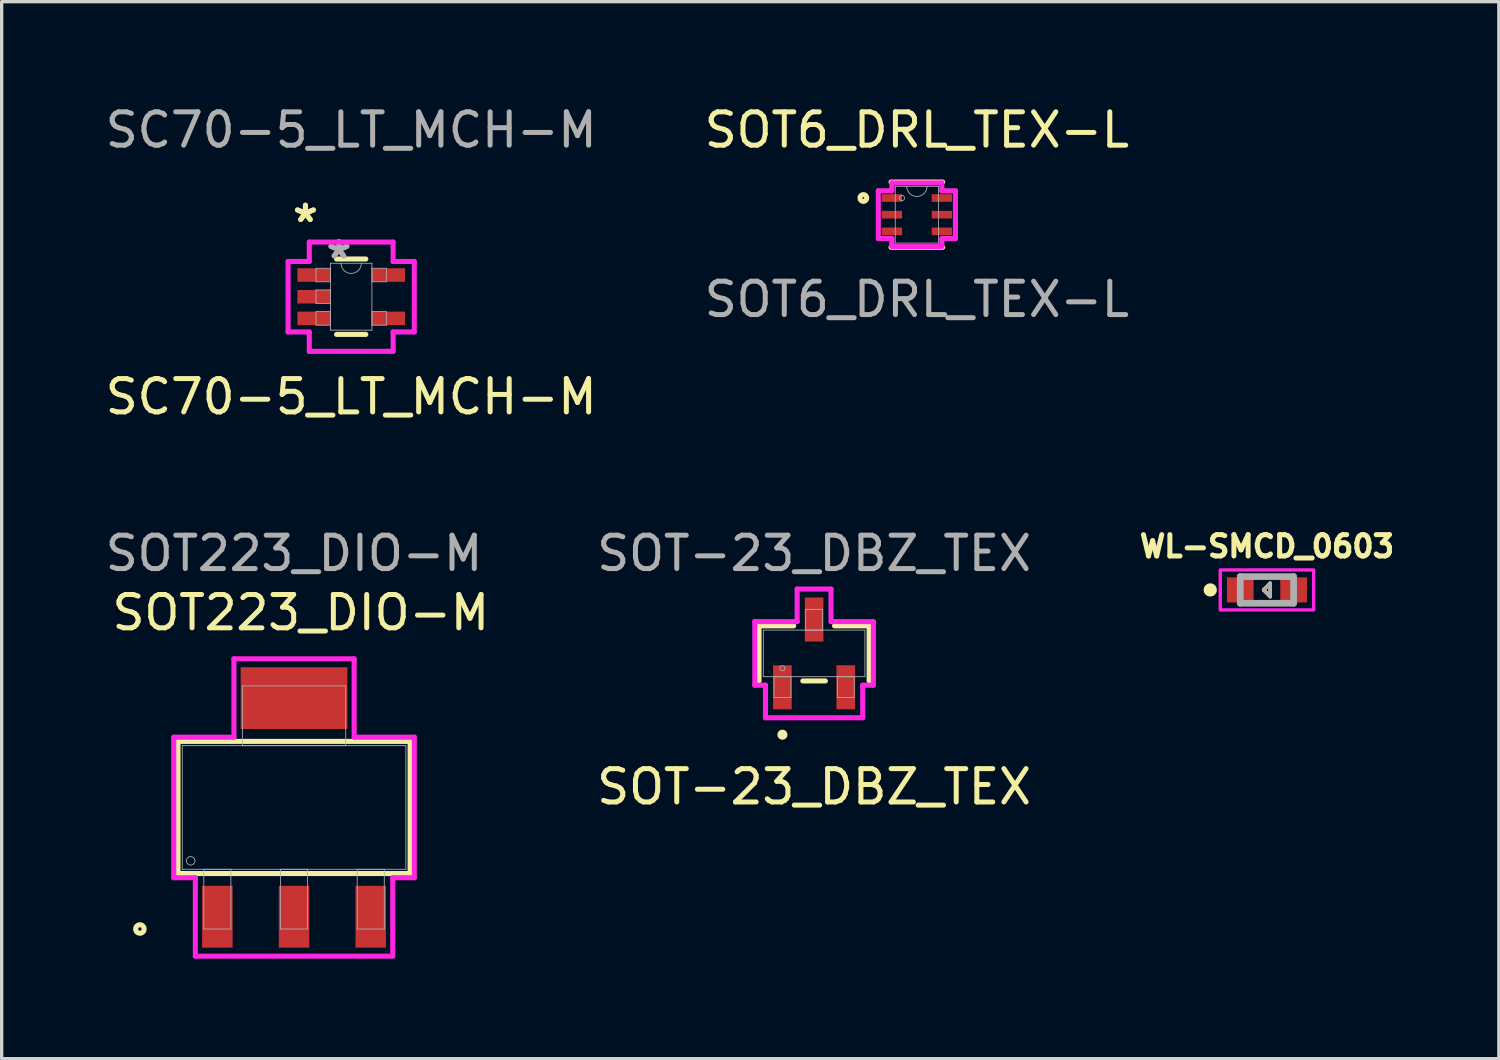
<source format=kicad_pcb>
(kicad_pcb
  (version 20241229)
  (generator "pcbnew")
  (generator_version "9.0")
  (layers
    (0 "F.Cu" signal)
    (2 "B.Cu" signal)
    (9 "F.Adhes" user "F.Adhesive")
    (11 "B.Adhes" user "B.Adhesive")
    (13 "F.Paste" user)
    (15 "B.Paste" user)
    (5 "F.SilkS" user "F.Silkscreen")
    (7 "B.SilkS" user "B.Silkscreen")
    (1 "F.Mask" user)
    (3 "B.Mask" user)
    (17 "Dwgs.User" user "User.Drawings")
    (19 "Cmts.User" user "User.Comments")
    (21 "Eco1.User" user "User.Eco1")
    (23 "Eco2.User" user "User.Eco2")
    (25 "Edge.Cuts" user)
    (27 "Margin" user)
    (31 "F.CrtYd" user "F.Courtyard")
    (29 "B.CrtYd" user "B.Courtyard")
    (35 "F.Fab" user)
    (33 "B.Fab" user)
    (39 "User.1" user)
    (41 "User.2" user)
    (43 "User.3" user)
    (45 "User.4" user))
  (footprint "WL-SMCD_0603"
    (layer "F.Cu")
    (at 34.944 14.641)
    (property "Reference" "WL-SMCD_0603" (at 0 -1.306 0) (layer "F.SilkS") (effects (font (size 0.64 0.64) (thickness 0.15))))
    (attr smd)
    (fp_line (start -0.1 0) (end 0.1 -0.2) (stroke (width 0.1) (type solid)) (layer "F.SilkS"))
    (fp_line (start -0.1 0) (end 0.1 -0.2) (stroke (width 0.1) (type solid)) (layer "F.SilkS"))
    (fp_line (start 0.1 -0.2) (end 0.1 0.2) (stroke (width 0.1) (type solid)) (layer "F.SilkS"))
    (fp_line (start 0.1 -0.2) (end 0.1 0.2) (stroke (width 0.1) (type solid)) (layer "F.SilkS"))
    (fp_line (start 0.1 0.2) (end -0.1 0) (stroke (width 0.1) (type solid)) (layer "F.SilkS"))
    (fp_line (start 0.1 0.2) (end -0.1 0) (stroke (width 0.1) (type solid)) (layer "F.SilkS"))
    (fp_circle (center -1.7 0) (end -1.6 0) (stroke (width 0.2) (type solid)) (fill no) (layer "F.SilkS"))
    (fp_poly (pts (xy -1.4 -0.6) (xy 1.4 -0.6) (xy 1.4 0.6) (xy -1.4 0.6)) (stroke (width 0.1) (type solid)) (fill no) (layer "F.CrtYd"))
    (fp_line (start -0.8 -0.4) (end 0.8 -0.4) (stroke (width 0.2) (type solid)) (layer "F.Fab"))
    (fp_line (start -0.8 0.4) (end -0.8 -0.4) (stroke (width 0.2) (type solid)) (layer "F.Fab"))
    (fp_line (start -0.1 0) (end 0.1 -0.2) (stroke (width 0.1) (type solid)) (layer "F.Fab"))
    (fp_line (start 0.1 -0.2) (end 0.1 0.2) (stroke (width 0.1) (type solid)) (layer "F.Fab"))
    (fp_line (start 0.1 0.2) (end -0.1 0) (stroke (width 0.1) (type solid)) (layer "F.Fab"))
    (fp_line (start 0.8 -0.4) (end 0.8 0.4) (stroke (width 0.2) (type solid)) (layer "F.Fab"))
    (fp_line (start 0.8 0.4) (end -0.8 0.4) (stroke (width 0.2) (type solid)) (layer "F.Fab"))
    (pad "1" smd rect (at -0.8 0) (size 0.8 0.75) (layers "F.Cu" "F.Mask" "F.Paste"))
    (pad "2" smd rect (at 0.8 0) (size 0.8 0.75) (layers "F.Cu" "F.Mask" "F.Paste")))
  (footprint "SOT6_DRL_TEX-L"
    (layer "F.Cu")
    (at 24.446 3.388)
    (property "Reference" "SOT6_DRL_TEX-L" (at 0 -2.54 0) (unlocked yes) (layer "F.SilkS") (effects (font (size 1 1) (thickness 0.15))))
    (attr smd)
    (fp_line (start -0.775 0.978) (end 0.775 0.978) (stroke (width 0.152) (type solid)) (layer "F.SilkS"))
    (fp_line (start 0.775 -0.978) (end -0.775 -0.978) (stroke (width 0.152) (type solid)) (layer "F.SilkS"))
    (fp_circle (center -1.605 -0.5) (end -1.503 -0.5) (stroke (width 0.152) (type solid)) (fill no) (layer "F.SilkS"))
    (fp_line (start -1.156 -0.716) (end -0.749 -0.716) (stroke (width 0.152) (type solid)) (layer "F.CrtYd"))
    (fp_line (start -1.156 0.716) (end -1.156 -0.716) (stroke (width 0.152) (type solid)) (layer "F.CrtYd"))
    (fp_line (start -1.156 0.716) (end -0.749 0.716) (stroke (width 0.152) (type solid)) (layer "F.CrtYd"))
    (fp_line (start -0.749 -0.953) (end 0.749 -0.953) (stroke (width 0.152) (type solid)) (layer "F.CrtYd"))
    (fp_line (start -0.749 -0.716) (end -0.749 -0.953) (stroke (width 0.152) (type solid)) (layer "F.CrtYd"))
    (fp_line (start -0.749 0.953) (end -0.749 0.716) (stroke (width 0.152) (type solid)) (layer "F.CrtYd"))
    (fp_line (start 0.749 -0.953) (end 0.749 -0.716) (stroke (width 0.152) (type solid)) (layer "F.CrtYd"))
    (fp_line (start 0.749 0.716) (end 0.749 0.953) (stroke (width 0.152) (type solid)) (layer "F.CrtYd"))
    (fp_line (start 0.749 0.953) (end -0.749 0.953) (stroke (width 0.152) (type solid)) (layer "F.CrtYd"))
    (fp_line (start 1.156 -0.716) (end 0.749 -0.716) (stroke (width 0.152) (type solid)) (layer "F.CrtYd"))
    (fp_line (start 1.156 -0.716) (end 1.156 0.716) (stroke (width 0.152) (type solid)) (layer "F.CrtYd"))
    (fp_line (start 1.156 0.716) (end 0.749 0.716) (stroke (width 0.152) (type solid)) (layer "F.CrtYd"))
    (fp_line (start -0.648 -0.851) (end -0.648 0.851) (stroke (width 0.025) (type solid)) (layer "F.Fab"))
    (fp_line (start -0.648 0.851) (end 0.648 0.851) (stroke (width 0.025) (type solid)) (layer "F.Fab"))
    (fp_line (start 0.648 -0.851) (end -0.648 -0.851) (stroke (width 0.025) (type solid)) (layer "F.Fab"))
    (fp_line (start 0.648 0.851) (end 0.648 -0.851) (stroke (width 0.025) (type solid)) (layer "F.Fab"))
    (fp_arc (start 0.3048 -0.8509) (mid 0 -0.5461) (end -0.3048 -0.8509) (stroke (width 0.0254) (type solid)) (layer "F.Fab"))
    (fp_circle (center -0.445 -0.5) (end -0.368 -0.5) (stroke (width 0.025) (type solid)) (fill no) (layer "F.Fab"))
    (fp_text user "${REFERENCE}" (at 0 2.54 0) (unlocked yes) (layer "F.Fab") (effects (font (size 1 1) (thickness 0.15))))
    (pad "1" smd rect (at -0.749 -0.5) (size 0.61 0.229) (layers "F.Cu" "F.Mask" "F.Paste"))
    (pad "2" smd rect (at -0.749 0) (size 0.61 0.229) (layers "F.Cu" "F.Mask" "F.Paste"))
    (pad "3" smd rect (at -0.749 0.5) (size 0.61 0.229) (layers "F.Cu" "F.Mask" "F.Paste"))
    (pad "4" smd rect (at 0.749 0.5) (size 0.61 0.229) (layers "F.Cu" "F.Mask" "F.Paste"))
    (pad "5" smd rect (at 0.749 0) (size 0.61 0.229) (layers "F.Cu" "F.Mask" "F.Paste"))
    (pad "6" smd rect (at 0.749 -0.5) (size 0.61 0.229) (layers "F.Cu" "F.Mask" "F.Paste")))
  (footprint "SOT-23_DBZ_TEX"
    (layer "F.Cu")
    (at 21.364 16.545)
    (property "Reference" "SOT-23_DBZ_TEX" (at 0 4 0) (unlocked yes) (layer "F.SilkS") (effects (font (size 1 1) (thickness 0.15))))
    (attr smd)
    (fp_line (start -1.651 -0.826) (end -1.651 0.826) (stroke (width 0.152) (type solid)) (layer "F.SilkS"))
    (fp_line (start -0.612 -0.826) (end -1.651 -0.826) (stroke (width 0.152) (type solid)) (layer "F.SilkS"))
    (fp_line (start -0.338 0.826) (end 0.338 0.826) (stroke (width 0.152) (type solid)) (layer "F.SilkS"))
    (fp_line (start 1.651 -0.826) (end 0.612 -0.826) (stroke (width 0.152) (type solid)) (layer "F.SilkS"))
    (fp_line (start 1.651 0.826) (end 1.651 -0.826) (stroke (width 0.152) (type solid)) (layer "F.SilkS"))
    (fp_circle (center -0.95 2.438) (end -0.874 2.438) (stroke (width 0.152) (type solid)) (fill no) (layer "F.SilkS"))
    (fp_line (start -1.778 -0.953) (end -0.508 -0.953) (stroke (width 0.152) (type solid)) (layer "F.CrtYd"))
    (fp_line (start -1.778 0.953) (end -1.778 -0.953) (stroke (width 0.152) (type solid)) (layer "F.CrtYd"))
    (fp_line (start -1.778 0.953) (end -1.458 0.953) (stroke (width 0.152) (type solid)) (layer "F.CrtYd"))
    (fp_line (start -1.458 0.953) (end -1.458 1.93) (stroke (width 0.152) (type solid)) (layer "F.CrtYd"))
    (fp_line (start -1.458 1.93) (end 1.458 1.93) (stroke (width 0.152) (type solid)) (layer "F.CrtYd"))
    (fp_line (start -0.508 -1.93) (end 0.508 -1.93) (stroke (width 0.152) (type solid)) (layer "F.CrtYd"))
    (fp_line (start -0.508 -0.953) (end -0.508 -1.93) (stroke (width 0.152) (type solid)) (layer "F.CrtYd"))
    (fp_line (start 0.508 -0.953) (end 0.508 -1.93) (stroke (width 0.152) (type solid)) (layer "F.CrtYd"))
    (fp_line (start 1.458 0.953) (end 1.458 1.93) (stroke (width 0.152) (type solid)) (layer "F.CrtYd"))
    (fp_line (start 1.778 -0.953) (end 0.508 -0.953) (stroke (width 0.152) (type solid)) (layer "F.CrtYd"))
    (fp_line (start 1.778 -0.953) (end 1.778 0.953) (stroke (width 0.152) (type solid)) (layer "F.CrtYd"))
    (fp_line (start 1.778 0.953) (end 1.458 0.953) (stroke (width 0.152) (type solid)) (layer "F.CrtYd"))
    (fp_line (start -1.524 -0.699) (end -1.524 0.699) (stroke (width 0.025) (type solid)) (layer "F.Fab"))
    (fp_line (start -1.524 0.699) (end 1.524 0.699) (stroke (width 0.025) (type solid)) (layer "F.Fab"))
    (fp_line (start -1.204 0.699) (end -1.204 1.321) (stroke (width 0.025) (type solid)) (layer "F.Fab"))
    (fp_line (start -1.204 1.321) (end -0.696 1.321) (stroke (width 0.025) (type solid)) (layer "F.Fab"))
    (fp_line (start -0.696 0.699) (end -1.204 0.699) (stroke (width 0.025) (type solid)) (layer "F.Fab"))
    (fp_line (start -0.696 1.321) (end -0.696 0.699) (stroke (width 0.025) (type solid)) (layer "F.Fab"))
    (fp_line (start -0.254 -1.321) (end -0.254 -0.699) (stroke (width 0.025) (type solid)) (layer "F.Fab"))
    (fp_line (start -0.254 -0.699) (end 0.254 -0.699) (stroke (width 0.025) (type solid)) (layer "F.Fab"))
    (fp_line (start 0.254 -1.321) (end -0.254 -1.321) (stroke (width 0.025) (type solid)) (layer "F.Fab"))
    (fp_line (start 0.254 -0.699) (end 0.254 -1.321) (stroke (width 0.025) (type solid)) (layer "F.Fab"))
    (fp_line (start 0.696 0.699) (end 0.696 1.321) (stroke (width 0.025) (type solid)) (layer "F.Fab"))
    (fp_line (start 0.696 1.321) (end 1.204 1.321) (stroke (width 0.025) (type solid)) (layer "F.Fab"))
    (fp_line (start 1.204 0.699) (end 0.696 0.699) (stroke (width 0.025) (type solid)) (layer "F.Fab"))
    (fp_line (start 1.204 1.321) (end 1.204 0.699) (stroke (width 0.025) (type solid)) (layer "F.Fab"))
    (fp_line (start 1.524 -0.699) (end -1.524 -0.699) (stroke (width 0.025) (type solid)) (layer "F.Fab"))
    (fp_line (start 1.524 0.699) (end 1.524 -0.699) (stroke (width 0.025) (type solid)) (layer "F.Fab"))
    (fp_circle (center -0.95 0.445) (end -0.874 0.445) (stroke (width 0.025) (type solid)) (fill no) (layer "F.Fab"))
    (fp_text user "${REFERENCE}" (at 0 -3 0) (unlocked yes) (layer "F.Fab") (effects (font (size 1 1) (thickness 0.15))))
    (pad "1" smd rect (at -0.95 1.016) (size 0.559 1.321) (layers "F.Cu" "F.Mask" "F.Paste"))
    (pad "2" smd rect (at 0.95 1.016) (size 0.559 1.321) (layers "F.Cu" "F.Mask" "F.Paste"))
    (pad "3" smd rect (at 0 -1.016) (size 0.559 1.321) (layers "F.Cu" "F.Mask" "F.Paste")))
  (footprint "SOT223_DIO-M"
    (layer "F.Cu")
    (at 5.768 21.165)
    (property "Reference" "SOT223_DIO-M" (at 0.203 -5.842 0) (unlocked yes) (layer "F.SilkS") (effects (font (size 1 1) (thickness 0.15))))
    (attr smd)
    (fp_line (start -3.48 -1.981) (end -3.48 1.981) (stroke (width 0.152) (type solid)) (layer "F.SilkS"))
    (fp_line (start -3.48 1.981) (end 3.48 1.981) (stroke (width 0.152) (type solid)) (layer "F.SilkS"))
    (fp_line (start 3.48 -1.981) (end -3.48 -1.981) (stroke (width 0.152) (type solid)) (layer "F.SilkS"))
    (fp_line (start 3.48 1.981) (end 3.48 -1.981) (stroke (width 0.152) (type solid)) (layer "F.SilkS"))
    (fp_circle (center -4.623 3.645) (end -4.496 3.645) (stroke (width 0.152) (type solid)) (fill no) (layer "F.SilkS"))
    (fp_line (start -3.607 -2.108) (end -1.803 -2.108) (stroke (width 0.152) (type solid)) (layer "F.CrtYd"))
    (fp_line (start -3.607 2.108) (end -3.607 -2.108) (stroke (width 0.152) (type solid)) (layer "F.CrtYd"))
    (fp_line (start -2.96 2.108) (end -3.607 2.108) (stroke (width 0.152) (type solid)) (layer "F.CrtYd"))
    (fp_line (start -2.96 4.458) (end -2.96 2.108) (stroke (width 0.152) (type solid)) (layer "F.CrtYd"))
    (fp_line (start -1.803 -4.458) (end 1.803 -4.458) (stroke (width 0.152) (type solid)) (layer "F.CrtYd"))
    (fp_line (start -1.803 -2.108) (end -1.803 -4.458) (stroke (width 0.152) (type solid)) (layer "F.CrtYd"))
    (fp_line (start 1.803 -4.458) (end 1.803 -2.108) (stroke (width 0.152) (type solid)) (layer "F.CrtYd"))
    (fp_line (start 1.803 -2.108) (end 3.607 -2.108) (stroke (width 0.152) (type solid)) (layer "F.CrtYd"))
    (fp_line (start 2.96 2.108) (end 2.96 4.458) (stroke (width 0.152) (type solid)) (layer "F.CrtYd"))
    (fp_line (start 2.96 4.458) (end -2.96 4.458) (stroke (width 0.152) (type solid)) (layer "F.CrtYd"))
    (fp_line (start 3.607 -2.108) (end 3.607 2.108) (stroke (width 0.152) (type solid)) (layer "F.CrtYd"))
    (fp_line (start 3.607 2.108) (end 2.96 2.108) (stroke (width 0.152) (type solid)) (layer "F.CrtYd"))
    (fp_line (start -3.353 -1.854) (end -3.353 1.854) (stroke (width 0.025) (type solid)) (layer "F.Fab"))
    (fp_line (start -3.353 1.854) (end 3.353 1.854) (stroke (width 0.025) (type solid)) (layer "F.Fab"))
    (fp_line (start -2.706 1.854) (end -2.706 3.645) (stroke (width 0.025) (type solid)) (layer "F.Fab"))
    (fp_line (start -2.706 3.645) (end -1.894 3.645) (stroke (width 0.025) (type solid)) (layer "F.Fab"))
    (fp_line (start -1.894 1.854) (end -2.706 1.854) (stroke (width 0.025) (type solid)) (layer "F.Fab"))
    (fp_line (start -1.894 3.645) (end -1.894 1.854) (stroke (width 0.025) (type solid)) (layer "F.Fab"))
    (fp_line (start -1.549 -3.645) (end -1.549 -1.854) (stroke (width 0.025) (type solid)) (layer "F.Fab"))
    (fp_line (start -1.549 -1.854) (end 1.549 -1.854) (stroke (width 0.025) (type solid)) (layer "F.Fab"))
    (fp_line (start -0.406 1.854) (end -0.406 3.645) (stroke (width 0.025) (type solid)) (layer "F.Fab"))
    (fp_line (start -0.406 3.645) (end 0.406 3.645) (stroke (width 0.025) (type solid)) (layer "F.Fab"))
    (fp_line (start 0.406 1.854) (end -0.406 1.854) (stroke (width 0.025) (type solid)) (layer "F.Fab"))
    (fp_line (start 0.406 3.645) (end 0.406 1.854) (stroke (width 0.025) (type solid)) (layer "F.Fab"))
    (fp_line (start 1.549 -3.645) (end -1.549 -3.645) (stroke (width 0.025) (type solid)) (layer "F.Fab"))
    (fp_line (start 1.549 -1.854) (end 1.549 -3.645) (stroke (width 0.025) (type solid)) (layer "F.Fab"))
    (fp_line (start 1.894 1.854) (end 1.894 3.645) (stroke (width 0.025) (type solid)) (layer "F.Fab"))
    (fp_line (start 1.894 3.645) (end 2.706 3.645) (stroke (width 0.025) (type solid)) (layer "F.Fab"))
    (fp_line (start 2.706 1.854) (end 1.894 1.854) (stroke (width 0.025) (type solid)) (layer "F.Fab"))
    (fp_line (start 2.706 3.645) (end 2.706 1.854) (stroke (width 0.025) (type solid)) (layer "F.Fab"))
    (fp_line (start 3.353 -1.854) (end -3.353 -1.854) (stroke (width 0.025) (type solid)) (layer "F.Fab"))
    (fp_line (start 3.353 1.854) (end 3.353 -1.854) (stroke (width 0.025) (type solid)) (layer "F.Fab"))
    (fp_circle (center -3.099 1.6) (end -2.972 1.6) (stroke (width 0.025) (type solid)) (fill no) (layer "F.Fab"))
    (fp_text user "${REFERENCE}" (at 0 -7.62 0) (unlocked yes) (layer "F.Fab") (effects (font (size 1 1) (thickness 0.15))))
    (pad "1" smd rect (at -2.3 3.277) (size 0.914 1.854) (layers "F.Cu" "F.Mask" "F.Paste"))
    (pad "2" smd rect (at 0 3.277) (size 0.914 1.854) (layers "F.Cu" "F.Mask" "F.Paste"))
    (pad "3" smd rect (at 2.3 3.277) (size 0.914 1.854) (layers "F.Cu" "F.Mask" "F.Paste"))
    (pad "4" smd rect (at 0 -3.277) (size 3.2 1.854) (layers "F.Cu" "F.Mask" "F.Paste")))
  (footprint "SC70-5_LT_MCH-M"
    (layer "F.Cu")
    (at 7.482 5.848)
    (property "Reference" "SC70-5_LT_MCH-M" (at 0 3 0) (unlocked yes) (layer "F.SilkS") (effects (font (size 1 1) (thickness 0.15))))
    (attr smd)
    (fp_line (start -0.438 1.13) (end 0.438 1.13) (stroke (width 0.152) (type solid)) (layer "F.SilkS"))
    (fp_line (start 0.438 -1.13) (end -0.438 -1.13) (stroke (width 0.152) (type solid)) (layer "F.SilkS"))
    (fp_line (start -1.892 -1.056) (end -1.257 -1.056) (stroke (width 0.152) (type solid)) (layer "F.CrtYd"))
    (fp_line (start -1.892 1.056) (end -1.892 -1.056) (stroke (width 0.152) (type solid)) (layer "F.CrtYd"))
    (fp_line (start -1.257 -1.638) (end 1.257 -1.638) (stroke (width 0.152) (type solid)) (layer "F.CrtYd"))
    (fp_line (start -1.257 -1.056) (end -1.257 -1.638) (stroke (width 0.152) (type solid)) (layer "F.CrtYd"))
    (fp_line (start -1.257 1.056) (end -1.892 1.056) (stroke (width 0.152) (type solid)) (layer "F.CrtYd"))
    (fp_line (start -1.257 1.638) (end -1.257 1.056) (stroke (width 0.152) (type solid)) (layer "F.CrtYd"))
    (fp_line (start 1.257 -1.638) (end 1.257 -1.056) (stroke (width 0.152) (type solid)) (layer "F.CrtYd"))
    (fp_line (start 1.257 -1.056) (end 1.892 -1.056) (stroke (width 0.152) (type solid)) (layer "F.CrtYd"))
    (fp_line (start 1.257 1.056) (end 1.257 1.638) (stroke (width 0.152) (type solid)) (layer "F.CrtYd"))
    (fp_line (start 1.257 1.638) (end -1.257 1.638) (stroke (width 0.152) (type solid)) (layer "F.CrtYd"))
    (fp_line (start 1.892 -1.056) (end 1.892 1.056) (stroke (width 0.152) (type solid)) (layer "F.CrtYd"))
    (fp_line (start 1.892 1.056) (end 1.257 1.056) (stroke (width 0.152) (type solid)) (layer "F.CrtYd"))
    (fp_line (start -1.054 -0.853) (end -1.054 -0.447) (stroke (width 0.025) (type solid)) (layer "F.Fab"))
    (fp_line (start -1.054 -0.447) (end -0.622 -0.447) (stroke (width 0.025) (type solid)) (layer "F.Fab"))
    (fp_line (start -1.054 -0.203) (end -1.054 0.203) (stroke (width 0.025) (type solid)) (layer "F.Fab"))
    (fp_line (start -1.054 0.203) (end -0.622 0.203) (stroke (width 0.025) (type solid)) (layer "F.Fab"))
    (fp_line (start -1.054 0.447) (end -1.054 0.853) (stroke (width 0.025) (type solid)) (layer "F.Fab"))
    (fp_line (start -1.054 0.853) (end -0.622 0.853) (stroke (width 0.025) (type solid)) (layer "F.Fab"))
    (fp_line (start -0.622 -1.003) (end -0.622 1.003) (stroke (width 0.025) (type solid)) (layer "F.Fab"))
    (fp_line (start -0.622 -0.853) (end -1.054 -0.853) (stroke (width 0.025) (type solid)) (layer "F.Fab"))
    (fp_line (start -0.622 -0.447) (end -0.622 -0.853) (stroke (width 0.025) (type solid)) (layer "F.Fab"))
    (fp_line (start -0.622 -0.203) (end -1.054 -0.203) (stroke (width 0.025) (type solid)) (layer "F.Fab"))
    (fp_line (start -0.622 0.203) (end -0.622 -0.203) (stroke (width 0.025) (type solid)) (layer "F.Fab"))
    (fp_line (start -0.622 0.447) (end -1.054 0.447) (stroke (width 0.025) (type solid)) (layer "F.Fab"))
    (fp_line (start -0.622 0.853) (end -0.622 0.447) (stroke (width 0.025) (type solid)) (layer "F.Fab"))
    (fp_line (start -0.622 1.003) (end 0.622 1.003) (stroke (width 0.025) (type solid)) (layer "F.Fab"))
    (fp_line (start 0.622 -1.003) (end -0.622 -1.003) (stroke (width 0.025) (type solid)) (layer "F.Fab"))
    (fp_line (start 0.622 -0.853) (end 0.622 -0.447) (stroke (width 0.025) (type solid)) (layer "F.Fab"))
    (fp_line (start 0.622 -0.447) (end 1.054 -0.447) (stroke (width 0.025) (type solid)) (layer "F.Fab"))
    (fp_line (start 0.622 0.447) (end 0.622 0.853) (stroke (width 0.025) (type solid)) (layer "F.Fab"))
    (fp_line (start 0.622 0.853) (end 1.054 0.853) (stroke (width 0.025) (type solid)) (layer "F.Fab"))
    (fp_line (start 0.622 1.003) (end 0.622 -1.003) (stroke (width 0.025) (type solid)) (layer "F.Fab"))
    (fp_line (start 1.054 -0.853) (end 0.622 -0.853) (stroke (width 0.025) (type solid)) (layer "F.Fab"))
    (fp_line (start 1.054 -0.447) (end 1.054 -0.853) (stroke (width 0.025) (type solid)) (layer "F.Fab"))
    (fp_line (start 1.054 0.447) (end 0.622 0.447) (stroke (width 0.025) (type solid)) (layer "F.Fab"))
    (fp_line (start 1.054 0.853) (end 1.054 0.447) (stroke (width 0.025) (type solid)) (layer "F.Fab"))
    (fp_arc (start 0.3048 -1.0033) (mid 0 -0.6985) (end -0.3048 -1.0033) (stroke (width 0.0254) (type solid)) (layer "F.Fab"))
    (fp_text user "*" (at -1.372 -2.199 0) (layer "F.SilkS") (effects (font (size 1 1) (thickness 0.15))))
    (fp_text user "*" (at -1.372 -2.199 0) (unlocked yes) (layer "F.SilkS") (effects (font (size 1 1) (thickness 0.15))))
    (fp_text user "*" (at -0.368 -1.107 0) (layer "F.Fab") (effects (font (size 1 1) (thickness 0.15))))
    (fp_text user "*" (at -0.368 -1.107 0) (unlocked yes) (layer "F.Fab") (effects (font (size 1 1) (thickness 0.15))))
    (fp_text user "${REFERENCE}" (at 0 -5 0) (unlocked yes) (layer "F.Fab") (effects (font (size 1 1) (thickness 0.15))))
    (pad "1" smd rect (at -1.118 -0.65) (size 0.991 0.406) (layers "F.Cu" "F.Mask" "F.Paste"))
    (pad "2" smd rect (at -1.118 0) (size 0.991 0.406) (layers "F.Cu" "F.Mask" "F.Paste"))
    (pad "3" smd rect (at -1.118 0.65) (size 0.991 0.406) (layers "F.Cu" "F.Mask" "F.Paste"))
    (pad "4" smd rect (at 1.118 0.65) (size 0.991 0.406) (layers "F.Cu" "F.Mask" "F.Paste"))
    (pad "5" smd rect (at 1.118 -0.65) (size 0.991 0.406) (layers "F.Cu" "F.Mask" "F.Paste")))
  (gr_rect
    (start -3 -3)
    (end 41.899 28.699)
    (stroke (width 0.1) (type default))
    (fill no)
    (layer "Edge.Cuts")))
</source>
